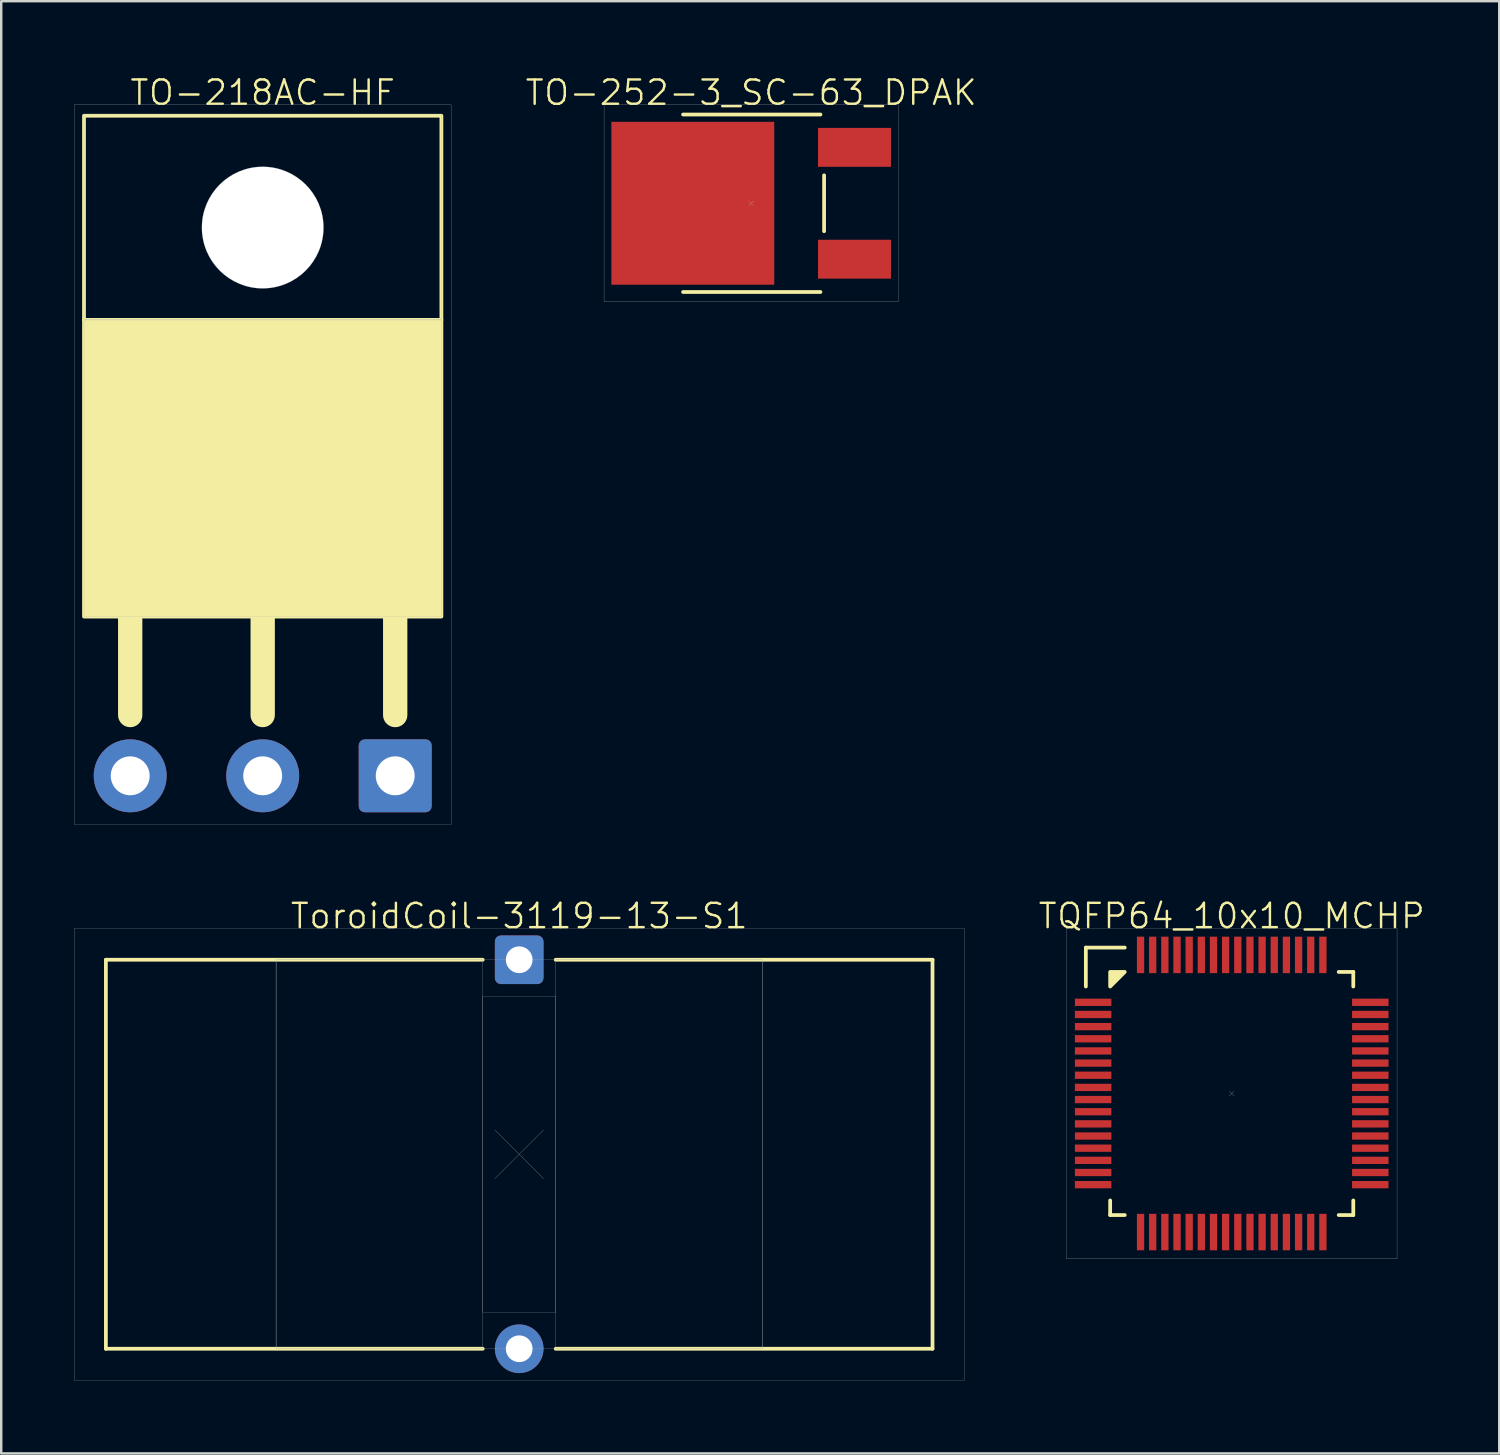
<source format=kicad_pcb>
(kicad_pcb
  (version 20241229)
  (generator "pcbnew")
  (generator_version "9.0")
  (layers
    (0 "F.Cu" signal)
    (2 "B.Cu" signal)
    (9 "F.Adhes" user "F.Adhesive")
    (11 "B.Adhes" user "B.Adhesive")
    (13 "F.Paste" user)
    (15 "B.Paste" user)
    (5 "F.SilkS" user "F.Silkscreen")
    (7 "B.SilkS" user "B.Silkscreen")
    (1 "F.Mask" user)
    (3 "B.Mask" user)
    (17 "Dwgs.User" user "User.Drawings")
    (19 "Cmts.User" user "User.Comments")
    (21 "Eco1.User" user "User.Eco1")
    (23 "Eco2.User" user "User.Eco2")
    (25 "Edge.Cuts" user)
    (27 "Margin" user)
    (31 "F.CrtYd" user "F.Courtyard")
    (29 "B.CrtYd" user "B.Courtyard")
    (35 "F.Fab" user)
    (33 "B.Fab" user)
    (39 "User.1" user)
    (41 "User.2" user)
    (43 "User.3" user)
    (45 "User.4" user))
  (footprint "ToroidCoil-3119-13-S1"
    (layer "F.Cu")
    (at 18.305 44.426)
    (property "Reference" "ToroidCoil-3119-13-S1" (at 0 -9.8 0) (unlocked yes) (layer "F.SilkS") (effects (font (size 1 1) (thickness 0.1))))
    (attr through_hole)
    (fp_line (start -17 -8) (end -17 8) (stroke (width 0.154) (type default)) (layer "F.SilkS"))
    (fp_line (start -17 -8) (end -1.5 -8) (stroke (width 0.154) (type default)) (layer "F.SilkS"))
    (fp_line (start -17 8) (end -1.5 8) (stroke (width 0.154) (type default)) (layer "F.SilkS"))
    (fp_line (start 17 -8) (end 1.5 -8) (stroke (width 0.154) (type default)) (layer "F.SilkS"))
    (fp_line (start 17 8) (end 1.5 8) (stroke (width 0.154) (type default)) (layer "F.SilkS"))
    (fp_line (start 17 8) (end 17 -8) (stroke (width 0.154) (type default)) (layer "F.SilkS"))
    (fp_line (start -1 -1) (end 1 1) (stroke (width 0.01) (type default)) (layer "F.Fab"))
    (fp_line (start -1 1) (end 1 -1) (stroke (width 0.01) (type default)) (layer "F.Fab"))
    (fp_rect (start -18.3 -9.3) (end 18.3 9.3) (stroke (width 0.01) (type default)) (fill no) (layer "F.Fab"))
    (fp_rect (start -10 -8) (end -1.5 8) (stroke (width 0.01) (type solid)) (fill no) (layer "F.Fab"))
    (fp_rect (start -10 -8) (end 10 8) (stroke (width 0.01) (type default)) (fill no) (layer "F.Fab"))
    (fp_rect (start -1.5 -6.5) (end 1.5 6.5) (stroke (width 0.01) (type solid)) (fill no) (layer "F.Fab"))
    (fp_rect (start 1.5 -8) (end 10 8) (stroke (width 0.01) (type solid)) (fill no) (layer "F.Fab"))
    (pad "1" thru_hole roundrect (at 0 -8) (size 2 2) (drill 1.1) (layers "*.Cu" "*.Mask") (roundrect_rratio 0.125))
    (pad "2" thru_hole circle (at 0 8) (size 2 2) (drill 1.1) (layers "*.Cu" "*.Mask")))
  (footprint "TQFP64_10x10_MCHP"
    (layer "F.Cu")
    (at 47.612 41.926)
    (property "Reference" "TQFP64_10x10_MCHP" (at 0 -7.3 0) (unlocked yes) (layer "F.SilkS") (effects (font (size 1 1) (thickness 0.1))))
    (attr smd)
    (fp_line (start -6 -6) (end -4.4 -6) (stroke (width 0.154) (type default)) (layer "F.SilkS"))
    (fp_line (start -6 -4.4) (end -6 -6) (stroke (width 0.154) (type default)) (layer "F.SilkS"))
    (fp_line (start -5 4.4) (end -5 5) (stroke (width 0.154) (type default)) (layer "F.SilkS"))
    (fp_line (start -5 5) (end -4.4 5) (stroke (width 0.154) (type default)) (layer "F.SilkS"))
    (fp_line (start 4.4 -5) (end 5 -5) (stroke (width 0.154) (type default)) (layer "F.SilkS"))
    (fp_line (start 4.4 5) (end 5 5) (stroke (width 0.154) (type default)) (layer "F.SilkS"))
    (fp_line (start 5 -5) (end 5 -4.4) (stroke (width 0.154) (type default)) (layer "F.SilkS"))
    (fp_line (start 5 4.4) (end 5 5) (stroke (width 0.154) (type default)) (layer "F.SilkS"))
    (fp_poly (pts (xy -4.4 -5) (xy -5 -5) (xy -5 -4.4)) (stroke (width 0.154) (type solid)) (fill yes) (layer "F.SilkS"))
    (fp_line (start 0.1 -0.1) (end -0.1 0.1) (stroke (width 0.01) (type default)) (layer "F.Fab"))
    (fp_line (start 0.1 0.1) (end -0.1 -0.1) (stroke (width 0.01) (type default)) (layer "F.Fab"))
    (fp_rect (start -6.8 -6.8) (end 6.8 6.8) (stroke (width 0.01) (type default)) (fill no) (layer "F.Fab"))
    (pad "1" smd rect (at -5.7 -3.75 270) (size 0.3 1.5) (layers "F.Cu" "F.Mask" "F.Paste"))
    (pad "2" smd rect (at -5.7 -3.25 270) (size 0.3 1.5) (layers "F.Cu" "F.Mask" "F.Paste"))
    (pad "3" smd rect (at -5.7 -2.75 270) (size 0.3 1.5) (layers "F.Cu" "F.Mask" "F.Paste"))
    (pad "4" smd rect (at -5.7 -2.25 270) (size 0.3 1.5) (layers "F.Cu" "F.Mask" "F.Paste"))
    (pad "5" smd rect (at -5.7 -1.75 270) (size 0.3 1.5) (layers "F.Cu" "F.Mask" "F.Paste"))
    (pad "6" smd rect (at -5.7 -1.25 270) (size 0.3 1.5) (layers "F.Cu" "F.Mask" "F.Paste"))
    (pad "7" smd rect (at -5.7 -0.75 270) (size 0.3 1.5) (layers "F.Cu" "F.Mask" "F.Paste"))
    (pad "8" smd rect (at -5.7 -0.25 270) (size 0.3 1.5) (layers "F.Cu" "F.Mask" "F.Paste"))
    (pad "9" smd rect (at -5.7 0.25 270) (size 0.3 1.5) (layers "F.Cu" "F.Mask" "F.Paste"))
    (pad "10" smd rect (at -5.7 0.75 270) (size 0.3 1.5) (layers "F.Cu" "F.Mask" "F.Paste"))
    (pad "11" smd rect (at -5.7 1.25 270) (size 0.3 1.5) (layers "F.Cu" "F.Mask" "F.Paste"))
    (pad "12" smd rect (at -5.7 1.75 270) (size 0.3 1.5) (layers "F.Cu" "F.Mask" "F.Paste"))
    (pad "13" smd rect (at -5.7 2.25 270) (size 0.3 1.5) (layers "F.Cu" "F.Mask" "F.Paste"))
    (pad "14" smd rect (at -5.7 2.75 270) (size 0.3 1.5) (layers "F.Cu" "F.Mask" "F.Paste"))
    (pad "15" smd rect (at -5.7 3.25 270) (size 0.3 1.5) (layers "F.Cu" "F.Mask" "F.Paste"))
    (pad "16" smd rect (at -5.7 3.75 270) (size 0.3 1.5) (layers "F.Cu" "F.Mask" "F.Paste"))
    (pad "17" smd rect (at -3.75 5.7) (size 0.3 1.5) (layers "F.Cu" "F.Mask" "F.Paste"))
    (pad "18" smd rect (at -3.25 5.7) (size 0.3 1.5) (layers "F.Cu" "F.Mask" "F.Paste"))
    (pad "19" smd rect (at -2.75 5.7) (size 0.3 1.5) (layers "F.Cu" "F.Mask" "F.Paste"))
    (pad "20" smd rect (at -2.25 5.7) (size 0.3 1.5) (layers "F.Cu" "F.Mask" "F.Paste"))
    (pad "21" smd rect (at -1.75 5.7) (size 0.3 1.5) (layers "F.Cu" "F.Mask" "F.Paste"))
    (pad "22" smd rect (at -1.25 5.7) (size 0.3 1.5) (layers "F.Cu" "F.Mask" "F.Paste"))
    (pad "23" smd rect (at -0.75 5.7) (size 0.3 1.5) (layers "F.Cu" "F.Mask" "F.Paste"))
    (pad "24" smd rect (at -0.25 5.7) (size 0.3 1.5) (layers "F.Cu" "F.Mask" "F.Paste"))
    (pad "25" smd rect (at 0.25 5.7) (size 0.3 1.5) (layers "F.Cu" "F.Mask" "F.Paste"))
    (pad "26" smd rect (at 0.75 5.7) (size 0.3 1.5) (layers "F.Cu" "F.Mask" "F.Paste"))
    (pad "27" smd rect (at 1.25 5.7) (size 0.3 1.5) (layers "F.Cu" "F.Mask" "F.Paste"))
    (pad "28" smd rect (at 1.75 5.7) (size 0.3 1.5) (layers "F.Cu" "F.Mask" "F.Paste"))
    (pad "29" smd rect (at 2.25 5.7) (size 0.3 1.5) (layers "F.Cu" "F.Mask" "F.Paste"))
    (pad "30" smd rect (at 2.75 5.7) (size 0.3 1.5) (layers "F.Cu" "F.Mask" "F.Paste"))
    (pad "31" smd rect (at 3.25 5.7) (size 0.3 1.5) (layers "F.Cu" "F.Mask" "F.Paste"))
    (pad "32" smd rect (at 3.75 5.7) (size 0.3 1.5) (layers "F.Cu" "F.Mask" "F.Paste"))
    (pad "33" smd rect (at 5.7 3.75 270) (size 0.3 1.5) (layers "F.Cu" "F.Mask" "F.Paste"))
    (pad "34" smd rect (at 5.7 3.25 270) (size 0.3 1.5) (layers "F.Cu" "F.Mask" "F.Paste"))
    (pad "35" smd rect (at 5.7 2.75 270) (size 0.3 1.5) (layers "F.Cu" "F.Mask" "F.Paste"))
    (pad "36" smd rect (at 5.7 2.25 270) (size 0.3 1.5) (layers "F.Cu" "F.Mask" "F.Paste"))
    (pad "37" smd rect (at 5.7 1.75 270) (size 0.3 1.5) (layers "F.Cu" "F.Mask" "F.Paste"))
    (pad "38" smd rect (at 5.7 1.25 270) (size 0.3 1.5) (layers "F.Cu" "F.Mask" "F.Paste"))
    (pad "39" smd rect (at 5.7 0.75 270) (size 0.3 1.5) (layers "F.Cu" "F.Mask" "F.Paste"))
    (pad "40" smd rect (at 5.7 0.25 270) (size 0.3 1.5) (layers "F.Cu" "F.Mask" "F.Paste"))
    (pad "41" smd rect (at 5.7 -0.25 270) (size 0.3 1.5) (layers "F.Cu" "F.Mask" "F.Paste"))
    (pad "42" smd rect (at 5.7 -0.75 270) (size 0.3 1.5) (layers "F.Cu" "F.Mask" "F.Paste"))
    (pad "43" smd rect (at 5.7 -1.25 270) (size 0.3 1.5) (layers "F.Cu" "F.Mask" "F.Paste"))
    (pad "44" smd rect (at 5.7 -1.75 270) (size 0.3 1.5) (layers "F.Cu" "F.Mask" "F.Paste"))
    (pad "45" smd rect (at 5.7 -2.25 270) (size 0.3 1.5) (layers "F.Cu" "F.Mask" "F.Paste"))
    (pad "46" smd rect (at 5.7 -2.75 270) (size 0.3 1.5) (layers "F.Cu" "F.Mask" "F.Paste"))
    (pad "47" smd rect (at 5.7 -3.25 270) (size 0.3 1.5) (layers "F.Cu" "F.Mask" "F.Paste"))
    (pad "48" smd rect (at 5.7 -3.75 270) (size 0.3 1.5) (layers "F.Cu" "F.Mask" "F.Paste"))
    (pad "49" smd rect (at 3.75 -5.7) (size 0.3 1.5) (layers "F.Cu" "F.Mask" "F.Paste"))
    (pad "50" smd rect (at 3.25 -5.7) (size 0.3 1.5) (layers "F.Cu" "F.Mask" "F.Paste"))
    (pad "51" smd rect (at 2.75 -5.7) (size 0.3 1.5) (layers "F.Cu" "F.Mask" "F.Paste"))
    (pad "52" smd rect (at 2.25 -5.7) (size 0.3 1.5) (layers "F.Cu" "F.Mask" "F.Paste"))
    (pad "53" smd rect (at 1.75 -5.7) (size 0.3 1.5) (layers "F.Cu" "F.Mask" "F.Paste"))
    (pad "54" smd rect (at 1.25 -5.7) (size 0.3 1.5) (layers "F.Cu" "F.Mask" "F.Paste"))
    (pad "55" smd rect (at 0.75 -5.7) (size 0.3 1.5) (layers "F.Cu" "F.Mask" "F.Paste"))
    (pad "56" smd rect (at 0.25 -5.7) (size 0.3 1.5) (layers "F.Cu" "F.Mask" "F.Paste"))
    (pad "57" smd rect (at -0.25 -5.7) (size 0.3 1.5) (layers "F.Cu" "F.Mask" "F.Paste"))
    (pad "58" smd rect (at -0.75 -5.7) (size 0.3 1.5) (layers "F.Cu" "F.Mask" "F.Paste"))
    (pad "59" smd rect (at -1.25 -5.7) (size 0.3 1.5) (layers "F.Cu" "F.Mask" "F.Paste"))
    (pad "60" smd rect (at -1.75 -5.7) (size 0.3 1.5) (layers "F.Cu" "F.Mask" "F.Paste"))
    (pad "61" smd rect (at -2.25 -5.7) (size 0.3 1.5) (layers "F.Cu" "F.Mask" "F.Paste"))
    (pad "62" smd rect (at -2.75 -5.7) (size 0.3 1.5) (layers "F.Cu" "F.Mask" "F.Paste"))
    (pad "63" smd rect (at -3.25 -5.7) (size 0.3 1.5) (layers "F.Cu" "F.Mask" "F.Paste"))
    (pad "64" smd rect (at -3.75 -5.7) (size 0.3 1.5) (layers "F.Cu" "F.Mask" "F.Paste")))
  (footprint "TO-218AC-HF"
    (layer "F.Cu")
    (at 7.755 28.86)
    (property "Reference" "TO-218AC-HF" (at 0 -28.1 0) (unlocked yes) (layer "F.SilkS") (effects (font (size 1 1) (thickness 0.1))))
    (attr through_hole)
    (fp_line (start -5.45 -2.5) (end -5.45 -6.55) (stroke (width 1) (type default)) (layer "F.SilkS"))
    (fp_line (start 0 -2.5) (end 0 -6.55) (stroke (width 1) (type default)) (layer "F.SilkS"))
    (fp_line (start 5.45 -2.5) (end 5.45 -6.55) (stroke (width 1) (type default)) (layer "F.SilkS"))
    (fp_rect (start -7.35 -27.15) (end 7.35 -18.75) (stroke (width 0.154) (type default)) (fill no) (layer "F.SilkS"))
    (fp_rect (start -7.35 -18.75) (end 7.35 -6.55) (stroke (width 0.154) (type solid)) (fill yes) (layer "F.SilkS"))
    (fp_rect (start -7.75 -27.6) (end 7.75 2) (stroke (width 0.01) (type default)) (fill no) (layer "F.Fab"))
    (fp_rect (start -7.35 -27.2) (end 7.35 -18.75) (stroke (width 0.01) (type default)) (fill no) (layer "F.Fab"))
    (fp_rect (start -7.35 -18.75) (end 7.35 -6.55) (stroke (width 0.01) (type default)) (fill no) (layer "F.Fab"))
    (fp_circle (center 0 -22.55) (end 2.5 -22.55) (stroke (width 0.01) (type default)) (fill no) (layer "F.Fab"))
    (pad "" np_thru_hole circle (at 0 -22.55) (size 5 5) (drill 5) (layers "*.Cu" "*.Mask"))
    (pad "1" thru_hole roundrect (at 5.45 0) (size 3 3) (drill 1.6) (layers "*.Cu" "*.Mask") (roundrect_rratio 0.083))
    (pad "2" thru_hole circle (at 0 0) (size 3 3) (drill 1.6) (layers "*.Cu" "*.Mask"))
    (pad "3" thru_hole circle (at -5.45 0) (size 3 3) (drill 1.6) (layers "*.Cu" "*.Mask")))
  (footprint "TO-252-3_SC-63_DPAK"
    (layer "F.Cu")
    (at 27.846 5.311)
    (property "Reference" "TO-252-3_SC-63_DPAK" (at 0 -4.55 0) (unlocked yes) (layer "F.SilkS") (effects (font (size 1 1) (thickness 0.1))))
    (attr smd)
    (fp_line (start -2.8 -3.65) (end 2.85 -3.65) (stroke (width 0.154) (type default)) (layer "F.SilkS"))
    (fp_line (start -2.8 3.65) (end 2.85 3.65) (stroke (width 0.154) (type default)) (layer "F.SilkS"))
    (fp_line (start 3 1.15) (end 3 -1.15) (stroke (width 0.154) (type default)) (layer "F.SilkS"))
    (fp_line (start -0.1 -0.1) (end 0.1 0.1) (stroke (width 0.01) (type default)) (layer "F.Fab"))
    (fp_line (start 0.1 -0.1) (end -0.1 0.1) (stroke (width 0.01) (type default)) (layer "F.Fab"))
    (fp_rect (start -6.05 -4.05) (end 6.05 4.05) (stroke (width 0.01) (type default)) (fill no) (layer "F.Fab"))
    (pad "1" smd rect (at -2.4 0) (size 6.7 6.7) (layers "F.Cu" "F.Mask" "F.Paste"))
    (pad "1" smd rect (at 4.25 -2.3) (size 3 1.6) (layers "F.Cu" "F.Mask" "F.Paste"))
    (pad "3" smd rect (at 4.25 2.3) (size 3 1.6) (layers "F.Cu" "F.Mask" "F.Paste")))
  (gr_rect
    (start -3 -3)
    (end 58.615 56.731)
    (stroke (width 0.1) (type default))
    (fill no)
    (layer "Edge.Cuts")))
</source>
